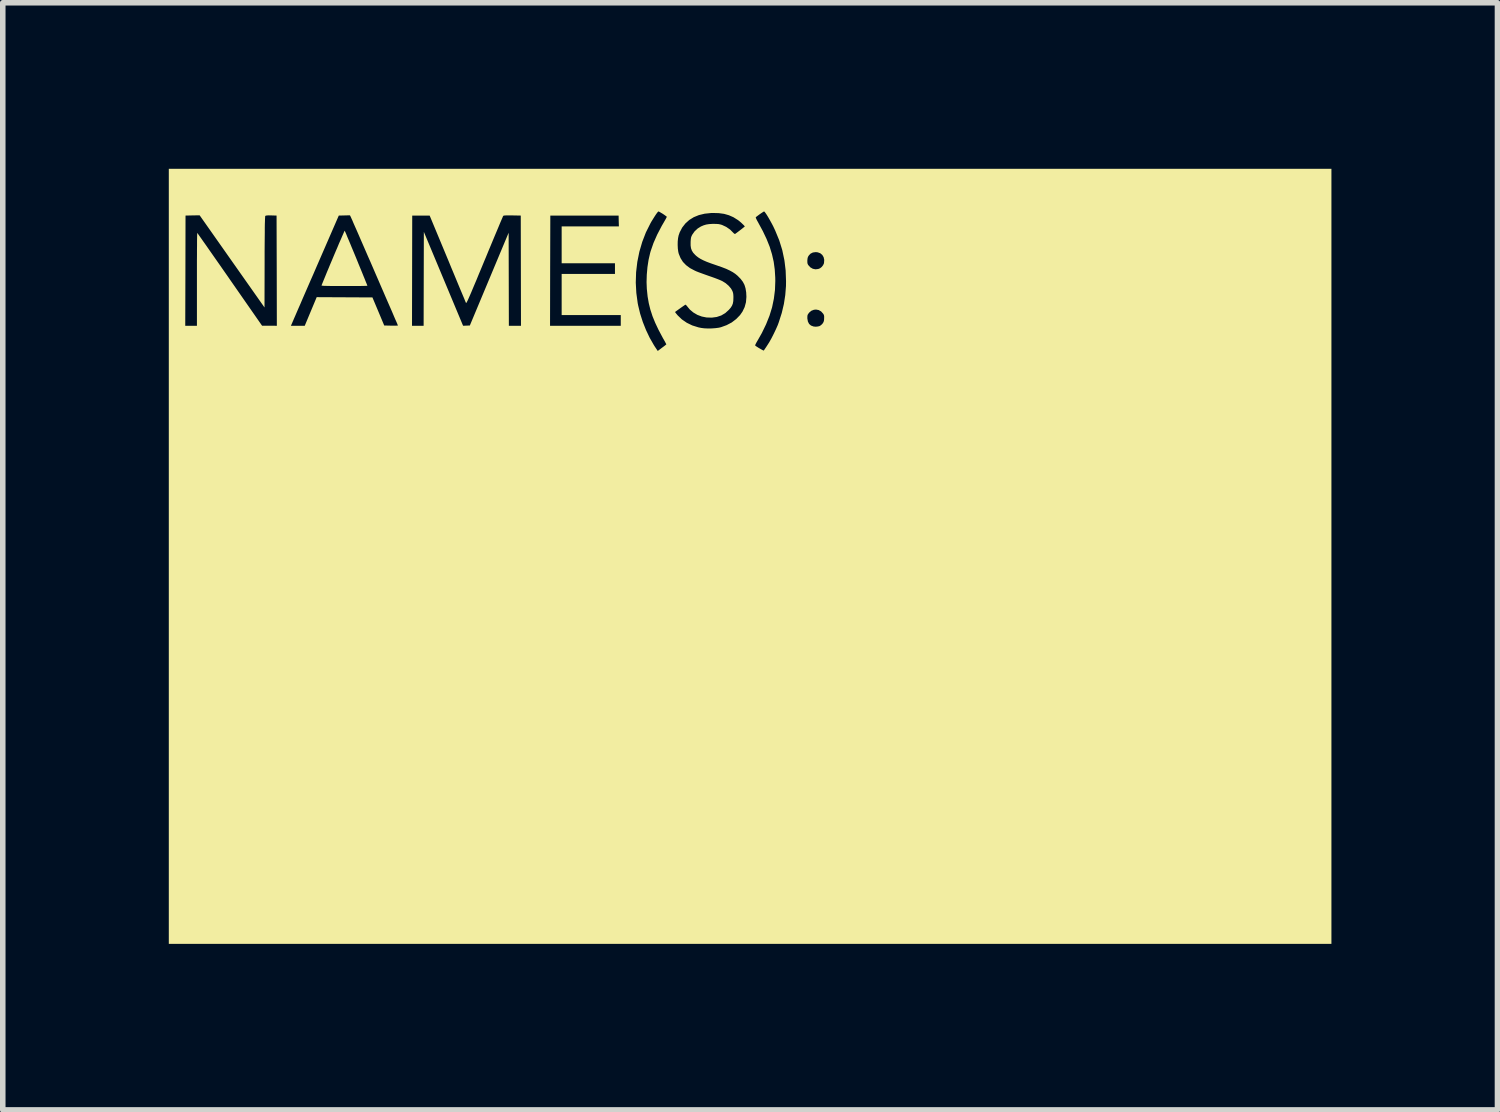
<source format=kicad_pcb>
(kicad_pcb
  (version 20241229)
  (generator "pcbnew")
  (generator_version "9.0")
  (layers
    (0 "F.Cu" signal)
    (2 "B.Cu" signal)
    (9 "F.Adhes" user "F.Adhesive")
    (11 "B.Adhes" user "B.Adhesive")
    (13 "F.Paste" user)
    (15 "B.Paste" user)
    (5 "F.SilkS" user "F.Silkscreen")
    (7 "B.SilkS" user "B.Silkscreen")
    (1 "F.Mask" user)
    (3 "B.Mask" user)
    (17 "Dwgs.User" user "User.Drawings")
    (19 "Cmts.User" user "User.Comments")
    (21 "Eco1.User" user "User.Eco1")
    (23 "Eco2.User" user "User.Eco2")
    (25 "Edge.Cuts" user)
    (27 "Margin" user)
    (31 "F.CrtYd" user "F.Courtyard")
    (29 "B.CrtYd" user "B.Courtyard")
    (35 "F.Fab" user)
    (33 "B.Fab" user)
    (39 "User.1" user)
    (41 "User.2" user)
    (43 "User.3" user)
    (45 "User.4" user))
  (footprint "name_plate"
    (layer "F.Cu")
    (at 10.503 7.002)
    (property "Reference" "name_plate" (at 0 0 0) (layer "F.SilkS") (effects (font (size 1.524 1.524) (thickness 0.3))))
    (attr board_only exclude_from_pos_files exclude_from_bom)
    (fp_poly (pts (xy -7.321 -5.875) (xy -7.311 -5.852) (xy -7.295 -5.816) (xy -7.276 -5.768) (xy -7.252 -5.712) (xy -7.225 -5.648) (xy -7.196 -5.577) (xy -7.165 -5.503) (xy -7.133 -5.426) (xy -7.101 -5.348) (xy -7.07 -5.271) (xy -7.039 -5.196) (xy -7.01 -5.126) (xy -6.984 -5.061) (xy -6.961 -5.005) (xy -6.942 -4.957) (xy -6.927 -4.921) (xy -6.918 -4.897) (xy -6.915 -4.888) (xy -6.923 -4.888) (xy -6.947 -4.887) (xy -6.986 -4.886) (xy -7.036 -4.885) (xy -7.098 -4.885) (xy -7.168 -4.884) (xy -7.246 -4.884) (xy -7.33 -4.884) (xy -7.331 -4.884) (xy -7.431 -4.884) (xy -7.514 -4.884) (xy -7.583 -4.885) (xy -7.637 -4.886) (xy -7.679 -4.887) (xy -7.709 -4.888) (xy -7.729 -4.89) (xy -7.74 -4.892) (xy -7.744 -4.894) (xy -7.744 -4.895) (xy -7.726 -4.939) (xy -7.704 -4.993) (xy -7.678 -5.056) (xy -7.65 -5.125) (xy -7.619 -5.199) (xy -7.587 -5.276) (xy -7.553 -5.356) (xy -7.52 -5.435) (xy -7.487 -5.513) (xy -7.455 -5.587) (xy -7.426 -5.657) (xy -7.398 -5.72) (xy -7.374 -5.776) (xy -7.354 -5.821) (xy -7.339 -5.856) (xy -7.329 -5.877) (xy -7.325 -5.884)) (stroke (width 0) (type solid)) (fill yes) (layer "F.SilkS"))
    (fp_poly (pts (xy 10.503 7.002) (xy -10.503 7.002) (xy -10.503 -4.166) (xy -10.206 -4.166) (xy -9.995 -4.166) (xy -9.995 -5.007) (xy -9.995 -5.127) (xy -9.995 -5.241) (xy -9.995 -5.349) (xy -9.994 -5.45) (xy -9.994 -5.541) (xy -9.993 -5.623) (xy -9.993 -5.694) (xy -9.992 -5.753) (xy -9.991 -5.798) (xy -9.99 -5.828) (xy -9.989 -5.843) (xy -9.989 -5.844) (xy -9.983 -5.836) (xy -9.968 -5.815) (xy -9.944 -5.781) (xy -9.912 -5.736) (xy -9.873 -5.68) (xy -9.826 -5.614) (xy -9.774 -5.539) (xy -9.716 -5.456) (xy -9.653 -5.366) (xy -9.585 -5.269) (xy -9.514 -5.167) (xy -9.44 -5.061) (xy -9.4 -5.003) (xy -8.818 -4.167) (xy -8.551 -4.166) (xy -8.297 -4.166) (xy -8.047 -4.166) (xy -6.109 -4.166) (xy -5.899 -4.166) (xy -5.897 -5.015) (xy -5.895 -5.863) (xy -5.186 -4.166) (xy -5.064 -4.171) (xy -4.363 -5.847) (xy -4.359 -4.166) (xy -4.14 -4.166) (xy -3.615 -4.166) (xy -2.337 -4.166) (xy -2.337 -4.359) (xy -3.405 -4.359) (xy -3.405 -4.947) (xy -2.066 -4.947) (xy -2.056 -4.759) (xy -2.031 -4.574) (xy -2.023 -4.534) (xy -1.987 -4.385) (xy -1.939 -4.235) (xy -1.881 -4.089) (xy -1.815 -3.95) (xy -1.742 -3.822) (xy -1.72 -3.787) (xy -1.669 -3.711) (xy -1.642 -3.731) (xy -1.621 -3.747) (xy -1.592 -3.769) (xy -1.565 -3.789) (xy -1.54 -3.808) (xy -1.538 -3.81) (xy 0.091 -3.81) (xy 0.104 -3.799) (xy 0.127 -3.784) (xy 0.155 -3.766) (xy 0.185 -3.749) (xy 0.213 -3.733) (xy 0.234 -3.722) (xy 0.245 -3.718) (xy 0.246 -3.718) (xy 0.253 -3.727) (xy 0.267 -3.748) (xy 0.287 -3.777) (xy 0.309 -3.811) (xy 0.348 -3.872) (xy 0.389 -3.946) (xy 0.429 -4.025) (xy 0.467 -4.105) (xy 0.5 -4.18) (xy 0.519 -4.232) (xy 0.546 -4.317) (xy 1.034 -4.317) (xy 1.034 -4.297) (xy 1.044 -4.242) (xy 1.066 -4.199) (xy 1.1 -4.17) (xy 1.146 -4.153) (xy 1.184 -4.149) (xy 1.217 -4.152) (xy 1.247 -4.158) (xy 1.255 -4.161) (xy 1.279 -4.176) (xy 1.303 -4.198) (xy 1.309 -4.206) (xy 1.324 -4.229) (xy 1.333 -4.253) (xy 1.337 -4.286) (xy 1.337 -4.297) (xy 1.338 -4.331) (xy 1.335 -4.354) (xy 1.327 -4.373) (xy 1.32 -4.384) (xy 1.283 -4.425) (xy 1.239 -4.45) (xy 1.191 -4.459) (xy 1.152 -4.455) (xy 1.106 -4.437) (xy 1.068 -4.405) (xy 1.052 -4.384) (xy 1.04 -4.365) (xy 1.035 -4.345) (xy 1.034 -4.317) (xy 0.546 -4.317) (xy 0.572 -4.398) (xy 0.61 -4.559) (xy 0.635 -4.72) (xy 0.648 -4.884) (xy 0.649 -4.971) (xy 0.642 -5.165) (xy 0.624 -5.315) (xy 1.034 -5.315) (xy 1.037 -5.291) (xy 1.045 -5.272) (xy 1.052 -5.261) (xy 1.089 -5.221) (xy 1.133 -5.196) (xy 1.181 -5.186) (xy 1.231 -5.192) (xy 1.262 -5.204) (xy 1.293 -5.228) (xy 1.319 -5.261) (xy 1.335 -5.297) (xy 1.335 -5.3) (xy 1.339 -5.357) (xy 1.328 -5.406) (xy 1.304 -5.446) (xy 1.268 -5.476) (xy 1.222 -5.493) (xy 1.186 -5.497) (xy 1.134 -5.49) (xy 1.092 -5.469) (xy 1.063 -5.439) (xy 1.048 -5.416) (xy 1.039 -5.392) (xy 1.035 -5.359) (xy 1.034 -5.349) (xy 1.034 -5.315) (xy 0.624 -5.315) (xy 0.619 -5.352) (xy 0.581 -5.533) (xy 0.526 -5.71) (xy 0.454 -5.885) (xy 0.417 -5.964) (xy 0.388 -6.019) (xy 0.358 -6.073) (xy 0.33 -6.122) (xy 0.304 -6.165) (xy 0.282 -6.198) (xy 0.264 -6.222) (xy 0.253 -6.232) (xy 0.252 -6.232) (xy 0.242 -6.227) (xy 0.222 -6.214) (xy 0.195 -6.196) (xy 0.166 -6.176) (xy 0.138 -6.155) (xy 0.114 -6.137) (xy 0.102 -6.127) (xy 0.103 -6.117) (xy 0.112 -6.095) (xy 0.127 -6.065) (xy 0.147 -6.03) (xy 0.147 -6.029) (xy 0.229 -5.878) (xy 0.297 -5.735) (xy 0.353 -5.595) (xy 0.395 -5.459) (xy 0.426 -5.322) (xy 0.445 -5.183) (xy 0.454 -5.038) (xy 0.455 -4.976) (xy 0.449 -4.813) (xy 0.429 -4.655) (xy 0.397 -4.5) (xy 0.35 -4.347) (xy 0.288 -4.192) (xy 0.212 -4.035) (xy 0.136 -3.901) (xy 0.116 -3.867) (xy 0.101 -3.838) (xy 0.092 -3.818) (xy 0.091 -3.81) (xy -1.538 -3.81) (xy -1.522 -3.823) (xy -1.514 -3.83) (xy -1.514 -3.831) (xy -1.518 -3.839) (xy -1.529 -3.86) (xy -1.546 -3.892) (xy -1.568 -3.93) (xy -1.585 -3.961) (xy -1.656 -4.095) (xy -1.715 -4.22) (xy -1.764 -4.34) (xy -1.788 -4.415) (xy -1.356 -4.415) (xy -1.352 -4.407) (xy -1.339 -4.39) (xy -1.319 -4.366) (xy -1.309 -4.354) (xy -1.233 -4.281) (xy -1.144 -4.22) (xy -1.045 -4.172) (xy -0.933 -4.137) (xy -0.884 -4.127) (xy -0.829 -4.12) (xy -0.763 -4.117) (xy -0.694 -4.118) (xy -0.626 -4.123) (xy -0.565 -4.131) (xy -0.527 -4.14) (xy -0.425 -4.177) (xy -0.332 -4.226) (xy -0.251 -4.288) (xy -0.182 -4.359) (xy -0.138 -4.422) (xy -0.099 -4.503) (xy -0.075 -4.591) (xy -0.067 -4.688) (xy -0.071 -4.77) (xy -0.083 -4.843) (xy -0.102 -4.905) (xy -0.131 -4.96) (xy -0.171 -5.013) (xy -0.226 -5.069) (xy -0.227 -5.07) (xy -0.268 -5.104) (xy -0.314 -5.135) (xy -0.369 -5.165) (xy -0.433 -5.195) (xy -0.511 -5.225) (xy -0.603 -5.257) (xy -0.617 -5.262) (xy -0.707 -5.293) (xy -0.782 -5.321) (xy -0.844 -5.348) (xy -0.895 -5.374) (xy -0.938 -5.401) (xy -0.975 -5.43) (xy -0.993 -5.447) (xy -1.029 -5.486) (xy -1.053 -5.525) (xy -1.068 -5.567) (xy -1.075 -5.616) (xy -1.075 -5.678) (xy -1.075 -5.684) (xy -1.072 -5.726) (xy -1.068 -5.757) (xy -1.06 -5.782) (xy -1.047 -5.809) (xy -1.046 -5.811) (xy -1.003 -5.872) (xy -0.947 -5.924) (xy -0.889 -5.96) (xy -0.84 -5.981) (xy -0.793 -5.995) (xy -0.742 -6.003) (xy -0.68 -6.007) (xy -0.656 -6.007) (xy -0.607 -6.006) (xy -0.568 -6.003) (xy -0.535 -5.996) (xy -0.508 -5.988) (xy -0.431 -5.952) (xy -0.362 -5.904) (xy -0.32 -5.862) (xy -0.295 -5.837) (xy -0.278 -5.825) (xy -0.27 -5.826) (xy -0.259 -5.834) (xy -0.237 -5.85) (xy -0.208 -5.872) (xy -0.179 -5.894) (xy -0.148 -5.918) (xy -0.122 -5.939) (xy -0.104 -5.953) (xy -0.097 -5.958) (xy -0.1 -5.966) (xy -0.113 -5.982) (xy -0.135 -6.003) (xy -0.161 -6.028) (xy -0.189 -6.052) (xy -0.217 -6.074) (xy -0.223 -6.078) (xy -0.301 -6.127) (xy -0.383 -6.163) (xy -0.47 -6.188) (xy -0.566 -6.201) (xy -0.673 -6.204) (xy -0.708 -6.203) (xy -0.821 -6.191) (xy -0.925 -6.166) (xy -1.018 -6.128) (xy -1.099 -6.078) (xy -1.169 -6.015) (xy -1.227 -5.941) (xy -1.272 -5.855) (xy -1.292 -5.798) (xy -1.302 -5.749) (xy -1.308 -5.69) (xy -1.309 -5.625) (xy -1.306 -5.56) (xy -1.298 -5.502) (xy -1.289 -5.466) (xy -1.257 -5.388) (xy -1.214 -5.32) (xy -1.157 -5.261) (xy -1.086 -5.208) (xy -1.003 -5.164) (xy -0.973 -5.15) (xy -0.93 -5.133) (xy -0.878 -5.114) (xy -0.82 -5.093) (xy -0.761 -5.072) (xy -0.75 -5.068) (xy -0.692 -5.048) (xy -0.636 -5.028) (xy -0.584 -5.008) (xy -0.542 -4.991) (xy -0.511 -4.977) (xy -0.506 -4.975) (xy -0.444 -4.937) (xy -0.39 -4.891) (xy -0.346 -4.84) (xy -0.326 -4.806) (xy -0.315 -4.781) (xy -0.308 -4.758) (xy -0.304 -4.732) (xy -0.302 -4.698) (xy -0.302 -4.67) (xy -0.304 -4.613) (xy -0.312 -4.568) (xy -0.327 -4.53) (xy -0.351 -4.492) (xy -0.385 -4.453) (xy -0.449 -4.395) (xy -0.522 -4.352) (xy -0.603 -4.325) (xy -0.692 -4.313) (xy -0.788 -4.316) (xy -0.873 -4.333) (xy -0.953 -4.363) (xy -1.026 -4.406) (xy -1.088 -4.458) (xy -1.125 -4.502) (xy -1.144 -4.526) (xy -1.159 -4.542) (xy -1.169 -4.548) (xy -1.169 -4.547) (xy -1.178 -4.542) (xy -1.198 -4.528) (xy -1.226 -4.509) (xy -1.257 -4.487) (xy -1.289 -4.464) (xy -1.318 -4.443) (xy -1.341 -4.427) (xy -1.354 -4.416) (xy -1.356 -4.415) (xy -1.788 -4.415) (xy -1.802 -4.457) (xy -1.831 -4.574) (xy -1.852 -4.695) (xy -1.865 -4.822) (xy -1.866 -4.826) (xy -1.871 -4.955) (xy -1.867 -5.089) (xy -1.855 -5.225) (xy -1.835 -5.356) (xy -1.807 -5.478) (xy -1.797 -5.514) (xy -1.746 -5.661) (xy -1.679 -5.813) (xy -1.597 -5.97) (xy -1.562 -6.03) (xy -1.541 -6.067) (xy -1.523 -6.098) (xy -1.511 -6.122) (xy -1.506 -6.133) (xy -1.505 -6.134) (xy -1.512 -6.142) (xy -1.531 -6.156) (xy -1.556 -6.174) (xy -1.585 -6.193) (xy -1.614 -6.21) (xy -1.638 -6.224) (xy -1.654 -6.231) (xy -1.657 -6.232) (xy -1.666 -6.224) (xy -1.682 -6.205) (xy -1.704 -6.174) (xy -1.728 -6.137) (xy -1.755 -6.094) (xy -1.783 -6.049) (xy -1.802 -6.015) (xy -1.883 -5.853) (xy -1.949 -5.682) (xy -2.001 -5.504) (xy -2.038 -5.321) (xy -2.06 -5.134) (xy -2.066 -4.947) (xy -3.405 -4.947) (xy -3.405 -5.103) (xy -2.442 -5.103) (xy -2.442 -5.295) (xy -3.405 -5.295) (xy -3.405 -5.961) (xy -2.371 -5.961) (xy -2.374 -6.059) (xy -2.376 -6.157) (xy -3.61 -6.157) (xy -3.613 -5.162) (xy -3.615 -4.166) (xy -4.14 -4.166) (xy -4.142 -5.162) (xy -4.144 -6.157) (xy -4.298 -6.16) (xy -4.358 -6.16) (xy -4.402 -6.16) (xy -4.433 -6.159) (xy -4.451 -6.156) (xy -4.46 -6.152) (xy -4.461 -6.151) (xy -4.466 -6.142) (xy -4.476 -6.117) (xy -4.493 -6.078) (xy -4.515 -6.027) (xy -4.541 -5.964) (xy -4.572 -5.89) (xy -4.607 -5.807) (xy -4.645 -5.716) (xy -4.686 -5.617) (xy -4.73 -5.512) (xy -4.775 -5.402) (xy -4.797 -5.35) (xy -4.852 -5.217) (xy -4.901 -5.1) (xy -4.943 -4.997) (xy -4.981 -4.908) (xy -5.013 -4.832) (xy -5.04 -4.767) (xy -5.063 -4.714) (xy -5.082 -4.671) (xy -5.097 -4.637) (xy -5.109 -4.612) (xy -5.119 -4.594) (xy -5.125 -4.583) (xy -5.13 -4.578) (xy -5.133 -4.578) (xy -5.133 -4.578) (xy -5.138 -4.589) (xy -5.149 -4.615) (xy -5.165 -4.655) (xy -5.187 -4.707) (xy -5.214 -4.771) (xy -5.245 -4.845) (xy -5.28 -4.929) (xy -5.318 -5.021) (xy -5.359 -5.12) (xy -5.403 -5.225) (xy -5.448 -5.335) (xy -5.466 -5.378) (xy -5.79 -6.157) (xy -6.105 -6.157) (xy -6.107 -5.162) (xy -6.109 -4.166) (xy -8.047 -4.166) (xy -7.831 -4.683) (xy -6.824 -4.678) (xy -6.717 -4.424) (xy -6.611 -4.171) (xy -6.487 -4.168) (xy -6.443 -4.168) (xy -6.405 -4.168) (xy -6.378 -4.169) (xy -6.364 -4.17) (xy -6.363 -4.171) (xy -6.367 -4.179) (xy -6.376 -4.203) (xy -6.392 -4.24) (xy -6.414 -4.289) (xy -6.44 -4.35) (xy -6.47 -4.421) (xy -6.505 -4.501) (xy -6.543 -4.588) (xy -6.584 -4.682) (xy -6.627 -4.782) (xy -6.672 -4.885) (xy -6.718 -4.992) (xy -6.765 -5.1) (xy -6.812 -5.209) (xy -6.859 -5.318) (xy -6.906 -5.424) (xy -6.951 -5.528) (xy -6.994 -5.627) (xy -7.035 -5.721) (xy -7.073 -5.809) (xy -7.108 -5.889) (xy -7.139 -5.959) (xy -7.166 -6.02) (xy -7.187 -6.07) (xy -7.204 -6.107) (xy -7.214 -6.13) (xy -7.218 -6.138) (xy -7.23 -6.162) (xy -7.432 -6.157) (xy -7.839 -5.221) (xy -7.892 -5.098) (xy -7.944 -4.98) (xy -7.994 -4.865) (xy -8.041 -4.757) (xy -8.085 -4.656) (xy -8.125 -4.562) (xy -8.162 -4.478) (xy -8.194 -4.404) (xy -8.221 -4.341) (xy -8.243 -4.291) (xy -8.259 -4.253) (xy -8.269 -4.231) (xy -8.271 -4.225) (xy -8.297 -4.166) (xy -8.551 -4.166) (xy -8.553 -5.162) (xy -8.556 -6.157) (xy -8.653 -6.16) (xy -8.699 -6.161) (xy -8.73 -6.159) (xy -8.749 -6.156) (xy -8.759 -6.151) (xy -8.76 -6.15) (xy -8.762 -6.143) (xy -8.763 -6.125) (xy -8.765 -6.095) (xy -8.766 -6.054) (xy -8.768 -6) (xy -8.769 -5.932) (xy -8.769 -5.851) (xy -8.77 -5.755) (xy -8.771 -5.643) (xy -8.772 -5.516) (xy -8.772 -5.372) (xy -8.772 -5.317) (xy -8.774 -4.497) (xy -9.36 -5.329) (xy -9.946 -6.162) (xy -10.073 -6.16) (xy -10.201 -6.157) (xy -10.203 -5.162) (xy -10.206 -4.166) (xy -10.503 -4.166) (xy -10.503 -7.002) (xy 10.503 -7.002)) (stroke (width 0) (type solid)) (fill yes) (layer "F.SilkS")))
  (gr_rect
    (start -3 -3)
    (end 24.006 17.004)
    (stroke (width 0.1) (type default))
    (fill no)
    (layer "Edge.Cuts")))
</source>
